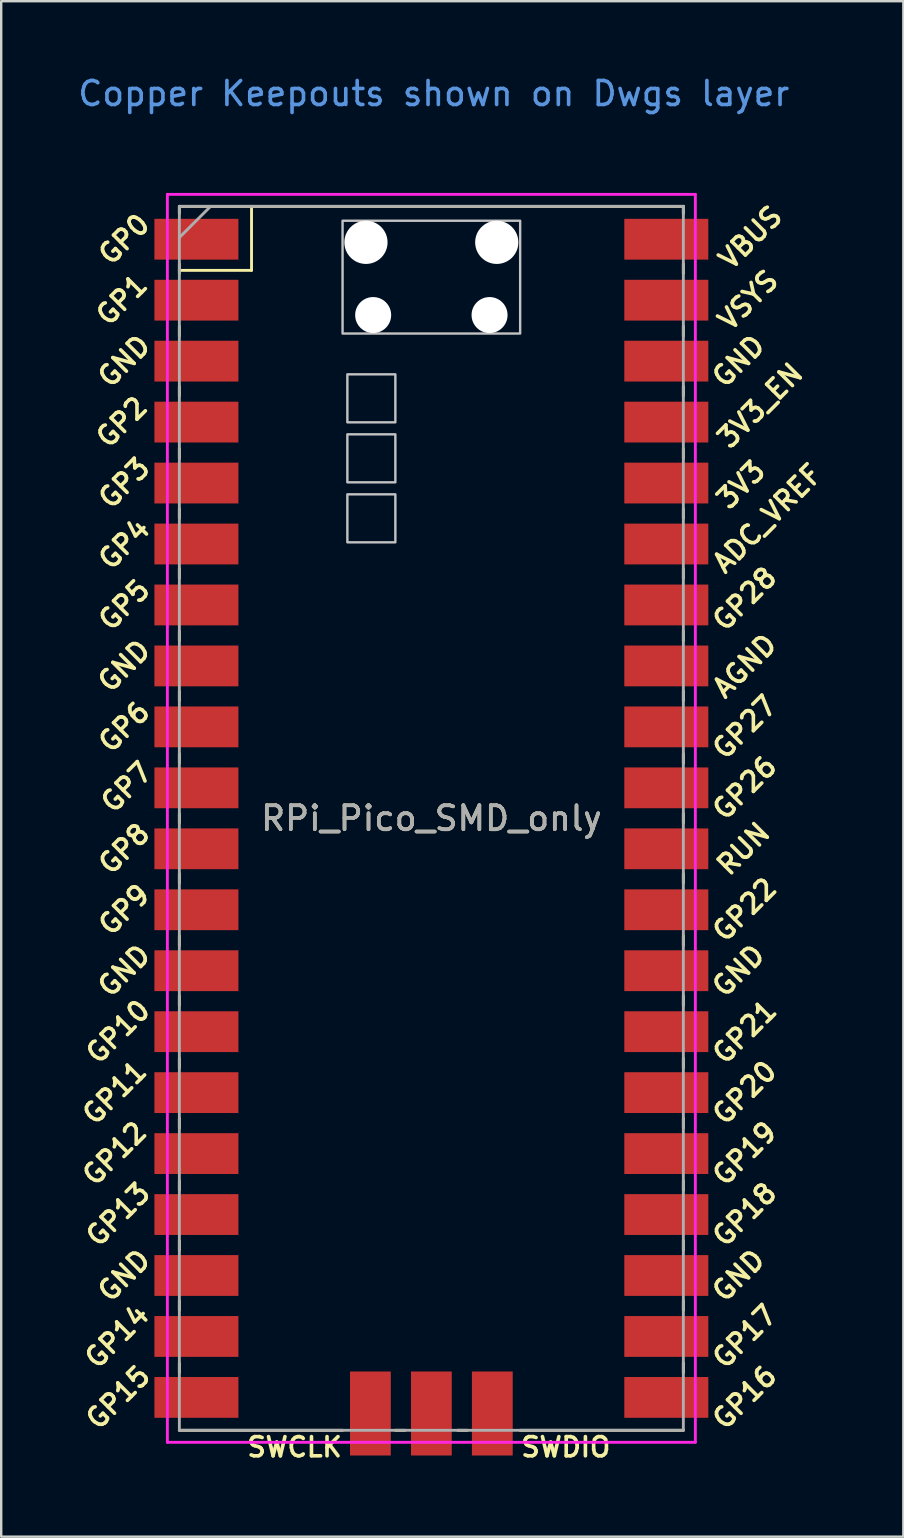
<source format=kicad_pcb>
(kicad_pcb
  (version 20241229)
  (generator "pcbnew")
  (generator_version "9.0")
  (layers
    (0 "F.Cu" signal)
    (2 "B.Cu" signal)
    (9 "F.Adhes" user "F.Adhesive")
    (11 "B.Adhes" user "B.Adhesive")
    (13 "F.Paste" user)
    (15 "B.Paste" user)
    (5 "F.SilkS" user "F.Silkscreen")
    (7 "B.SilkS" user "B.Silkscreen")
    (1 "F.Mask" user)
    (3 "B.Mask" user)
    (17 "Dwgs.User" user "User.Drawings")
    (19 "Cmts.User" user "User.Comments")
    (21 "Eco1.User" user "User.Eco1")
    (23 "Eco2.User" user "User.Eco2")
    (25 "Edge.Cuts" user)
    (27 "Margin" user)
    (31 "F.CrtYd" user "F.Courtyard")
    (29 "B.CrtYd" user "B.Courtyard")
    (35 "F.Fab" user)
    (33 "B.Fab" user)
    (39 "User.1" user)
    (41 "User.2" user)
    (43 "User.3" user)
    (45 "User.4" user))
  (footprint "RPi_Pico_SMD_only"
    (layer "F.Cu")
    (at 14.924 31.048)
    (property "Reference" "RPi_Pico_SMD_only" (at 0 0 0) (layer "F.SilkS") (effects (font (size 1 1) (thickness 0.15))))
    (attr smd)
    (fp_line (start -10.5 -25.5) (end -10.5 -25.2) (stroke (width 0.12) (type solid)) (layer "F.SilkS"))
    (fp_line (start -10.5 -25.5) (end 10.5 -25.5) (stroke (width 0.12) (type solid)) (layer "F.SilkS"))
    (fp_line (start -10.5 -23.1) (end -10.5 -22.7) (stroke (width 0.12) (type solid)) (layer "F.SilkS"))
    (fp_line (start -10.5 -22.833) (end -7.493 -22.833) (stroke (width 0.12) (type solid)) (layer "F.SilkS"))
    (fp_line (start -10.5 -20.5) (end -10.5 -20.1) (stroke (width 0.12) (type solid)) (layer "F.SilkS"))
    (fp_line (start -10.5 -18) (end -10.5 -17.6) (stroke (width 0.12) (type solid)) (layer "F.SilkS"))
    (fp_line (start -10.5 -15.4) (end -10.5 -15) (stroke (width 0.12) (type solid)) (layer "F.SilkS"))
    (fp_line (start -10.5 -12.9) (end -10.5 -12.5) (stroke (width 0.12) (type solid)) (layer "F.SilkS"))
    (fp_line (start -10.5 -10.4) (end -10.5 -10) (stroke (width 0.12) (type solid)) (layer "F.SilkS"))
    (fp_line (start -10.5 -7.8) (end -10.5 -7.4) (stroke (width 0.12) (type solid)) (layer "F.SilkS"))
    (fp_line (start -10.5 -5.3) (end -10.5 -4.9) (stroke (width 0.12) (type solid)) (layer "F.SilkS"))
    (fp_line (start -10.5 -2.7) (end -10.5 -2.3) (stroke (width 0.12) (type solid)) (layer "F.SilkS"))
    (fp_line (start -10.5 -0.2) (end -10.5 0.2) (stroke (width 0.12) (type solid)) (layer "F.SilkS"))
    (fp_line (start -10.5 2.3) (end -10.5 2.7) (stroke (width 0.12) (type solid)) (layer "F.SilkS"))
    (fp_line (start -10.5 4.9) (end -10.5 5.3) (stroke (width 0.12) (type solid)) (layer "F.SilkS"))
    (fp_line (start -10.5 7.4) (end -10.5 7.8) (stroke (width 0.12) (type solid)) (layer "F.SilkS"))
    (fp_line (start -10.5 10) (end -10.5 10.4) (stroke (width 0.12) (type solid)) (layer "F.SilkS"))
    (fp_line (start -10.5 12.5) (end -10.5 12.9) (stroke (width 0.12) (type solid)) (layer "F.SilkS"))
    (fp_line (start -10.5 15.1) (end -10.5 15.5) (stroke (width 0.12) (type solid)) (layer "F.SilkS"))
    (fp_line (start -10.5 17.6) (end -10.5 18) (stroke (width 0.12) (type solid)) (layer "F.SilkS"))
    (fp_line (start -10.5 20.1) (end -10.5 20.5) (stroke (width 0.12) (type solid)) (layer "F.SilkS"))
    (fp_line (start -10.5 22.7) (end -10.5 23.1) (stroke (width 0.12) (type solid)) (layer "F.SilkS"))
    (fp_line (start -7.493 -22.833) (end -7.493 -25.5) (stroke (width 0.12) (type solid)) (layer "F.SilkS"))
    (fp_line (start -3.7 25.5) (end -10.5 25.5) (stroke (width 0.12) (type solid)) (layer "F.SilkS"))
    (fp_line (start -1.5 25.5) (end -1.1 25.5) (stroke (width 0.12) (type solid)) (layer "F.SilkS"))
    (fp_line (start 1.1 25.5) (end 1.5 25.5) (stroke (width 0.12) (type solid)) (layer "F.SilkS"))
    (fp_line (start 10.5 -25.5) (end 10.5 -25.2) (stroke (width 0.12) (type solid)) (layer "F.SilkS"))
    (fp_line (start 10.5 -23.1) (end 10.5 -22.7) (stroke (width 0.12) (type solid)) (layer "F.SilkS"))
    (fp_line (start 10.5 -20.5) (end 10.5 -20.1) (stroke (width 0.12) (type solid)) (layer "F.SilkS"))
    (fp_line (start 10.5 -18) (end 10.5 -17.6) (stroke (width 0.12) (type solid)) (layer "F.SilkS"))
    (fp_line (start 10.5 -15.4) (end 10.5 -15) (stroke (width 0.12) (type solid)) (layer "F.SilkS"))
    (fp_line (start 10.5 -12.9) (end 10.5 -12.5) (stroke (width 0.12) (type solid)) (layer "F.SilkS"))
    (fp_line (start 10.5 -10.4) (end 10.5 -10) (stroke (width 0.12) (type solid)) (layer "F.SilkS"))
    (fp_line (start 10.5 -7.8) (end 10.5 -7.4) (stroke (width 0.12) (type solid)) (layer "F.SilkS"))
    (fp_line (start 10.5 -5.3) (end 10.5 -4.9) (stroke (width 0.12) (type solid)) (layer "F.SilkS"))
    (fp_line (start 10.5 -2.7) (end 10.5 -2.3) (stroke (width 0.12) (type solid)) (layer "F.SilkS"))
    (fp_line (start 10.5 -0.2) (end 10.5 0.2) (stroke (width 0.12) (type solid)) (layer "F.SilkS"))
    (fp_line (start 10.5 2.3) (end 10.5 2.7) (stroke (width 0.12) (type solid)) (layer "F.SilkS"))
    (fp_line (start 10.5 4.9) (end 10.5 5.3) (stroke (width 0.12) (type solid)) (layer "F.SilkS"))
    (fp_line (start 10.5 7.4) (end 10.5 7.8) (stroke (width 0.12) (type solid)) (layer "F.SilkS"))
    (fp_line (start 10.5 10) (end 10.5 10.4) (stroke (width 0.12) (type solid)) (layer "F.SilkS"))
    (fp_line (start 10.5 12.5) (end 10.5 12.9) (stroke (width 0.12) (type solid)) (layer "F.SilkS"))
    (fp_line (start 10.5 15.1) (end 10.5 15.5) (stroke (width 0.12) (type solid)) (layer "F.SilkS"))
    (fp_line (start 10.5 17.6) (end 10.5 18) (stroke (width 0.12) (type solid)) (layer "F.SilkS"))
    (fp_line (start 10.5 20.1) (end 10.5 20.5) (stroke (width 0.12) (type solid)) (layer "F.SilkS"))
    (fp_line (start 10.5 22.7) (end 10.5 23.1) (stroke (width 0.12) (type solid)) (layer "F.SilkS"))
    (fp_line (start 10.5 25.5) (end 3.7 25.5) (stroke (width 0.12) (type solid)) (layer "F.SilkS"))
    (fp_poly (pts (xy -1.5 -16.5) (xy -3.5 -16.5) (xy -3.5 -18.5) (xy -1.5 -18.5)) (stroke (width 0.1) (type solid)) (fill no) (layer "Dwgs.User"))
    (fp_poly (pts (xy -1.5 -14) (xy -3.5 -14) (xy -3.5 -16) (xy -1.5 -16)) (stroke (width 0.1) (type solid)) (fill no) (layer "Dwgs.User"))
    (fp_poly (pts (xy -1.5 -11.5) (xy -3.5 -11.5) (xy -3.5 -13.5) (xy -1.5 -13.5)) (stroke (width 0.1) (type solid)) (fill no) (layer "Dwgs.User"))
    (fp_poly (pts (xy 3.7 -20.2) (xy -3.7 -20.2) (xy -3.7 -24.9) (xy 3.7 -24.9)) (stroke (width 0.1) (type solid)) (fill no) (layer "Dwgs.User"))
    (fp_line (start -11 -26) (end 11 -26) (stroke (width 0.12) (type solid)) (layer "F.CrtYd"))
    (fp_line (start -11 26) (end -11 -26) (stroke (width 0.12) (type solid)) (layer "F.CrtYd"))
    (fp_line (start 11 -26) (end 11 26) (stroke (width 0.12) (type solid)) (layer "F.CrtYd"))
    (fp_line (start 11 26) (end -11 26) (stroke (width 0.12) (type solid)) (layer "F.CrtYd"))
    (fp_line (start -10.5 -25.5) (end 10.5 -25.5) (stroke (width 0.12) (type solid)) (layer "F.Fab"))
    (fp_line (start -10.5 -24.2) (end -9.2 -25.5) (stroke (width 0.12) (type solid)) (layer "F.Fab"))
    (fp_line (start -10.5 25.5) (end -10.5 -25.5) (stroke (width 0.12) (type solid)) (layer "F.Fab"))
    (fp_line (start 10.5 -25.5) (end 10.5 25.5) (stroke (width 0.12) (type solid)) (layer "F.Fab"))
    (fp_line (start 10.5 25.5) (end -10.5 25.5) (stroke (width 0.12) (type solid)) (layer "F.Fab"))
    (fp_text user "SWCLK" (at -5.7 26.2 0) (layer "F.SilkS") (effects (font (size 0.8 0.8) (thickness 0.15))))
    (fp_text user "GP11" (at -13.2 11.43 45) (layer "F.SilkS") (effects (font (size 0.8 0.8) (thickness 0.15))))
    (fp_text user "GP22" (at 13.054 3.81 45) (layer "F.SilkS") (effects (font (size 0.8 0.8) (thickness 0.15))))
    (fp_text user "SWDIO" (at 5.6 26.2 0) (layer "F.SilkS") (effects (font (size 0.8 0.8) (thickness 0.15))))
    (fp_text user "GND" (at -12.8 -6.35 45) (layer "F.SilkS") (effects (font (size 0.8 0.8) (thickness 0.15))))
    (fp_text user "GND" (at 12.8 -19.05 45) (layer "F.SilkS") (effects (font (size 0.8 0.8) (thickness 0.15))))
    (fp_text user "GP1" (at -12.9 -21.6 45) (layer "F.SilkS") (effects (font (size 0.8 0.8) (thickness 0.15))))
    (fp_text user "GP15" (at -13.054 24.13 45) (layer "F.SilkS") (effects (font (size 0.8 0.8) (thickness 0.15))))
    (fp_text user "GP13" (at -13.054 16.51 45) (layer "F.SilkS") (effects (font (size 0.8 0.8) (thickness 0.15))))
    (fp_text user "GP26" (at 13.054 -1.27 45) (layer "F.SilkS") (effects (font (size 0.8 0.8) (thickness 0.15))))
    (fp_text user "GP19" (at 13.054 13.97 45) (layer "F.SilkS") (effects (font (size 0.8 0.8) (thickness 0.15))))
    (fp_text user "3V3_EN" (at 13.7 -17.2 45) (layer "F.SilkS") (effects (font (size 0.8 0.8) (thickness 0.15))))
    (fp_text user "GP3" (at -12.8 -13.97 45) (layer "F.SilkS") (effects (font (size 0.8 0.8) (thickness 0.15))))
    (fp_text user "GP4" (at -12.8 -11.43 45) (layer "F.SilkS") (effects (font (size 0.8 0.8) (thickness 0.15))))
    (fp_text user "GP2" (at -12.9 -16.51 45) (layer "F.SilkS") (effects (font (size 0.8 0.8) (thickness 0.15))))
    (fp_text user "GP21" (at 13.054 8.9 45) (layer "F.SilkS") (effects (font (size 0.8 0.8) (thickness 0.15))))
    (fp_text user "GP9" (at -12.8 3.81 45) (layer "F.SilkS") (effects (font (size 0.8 0.8) (thickness 0.15))))
    (fp_text user "GND" (at -12.8 -19.05 45) (layer "F.SilkS") (effects (font (size 0.8 0.8) (thickness 0.15))))
    (fp_text user "GP18" (at 13.054 16.51 45) (layer "F.SilkS") (effects (font (size 0.8 0.8) (thickness 0.15))))
    (fp_text user "3V3" (at 12.9 -13.9 45) (layer "F.SilkS") (effects (font (size 0.8 0.8) (thickness 0.15))))
    (fp_text user "VSYS" (at 13.2 -21.59 45) (layer "F.SilkS") (effects (font (size 0.8 0.8) (thickness 0.15))))
    (fp_text user "GND" (at 12.8 19.05 45) (layer "F.SilkS") (effects (font (size 0.8 0.8) (thickness 0.15))))
    (fp_text user "GP0" (at -12.8 -24.13 45) (layer "F.SilkS") (effects (font (size 0.8 0.8) (thickness 0.15))))
    (fp_text user "AGND" (at 13.054 -6.35 45) (layer "F.SilkS") (effects (font (size 0.8 0.8) (thickness 0.15))))
    (fp_text user "RUN" (at 13 1.27 45) (layer "F.SilkS") (effects (font (size 0.8 0.8) (thickness 0.15))))
    (fp_text user "VBUS" (at 13.3 -24.2 45) (layer "F.SilkS") (effects (font (size 0.8 0.8) (thickness 0.15))))
    (fp_text user "GP27" (at 13.054 -3.8 45) (layer "F.SilkS") (effects (font (size 0.8 0.8) (thickness 0.15))))
    (fp_text user "GP12" (at -13.2 13.97 45) (layer "F.SilkS") (effects (font (size 0.8 0.8) (thickness 0.15))))
    (fp_text user "GP20" (at 13.054 11.43 45) (layer "F.SilkS") (effects (font (size 0.8 0.8) (thickness 0.15))))
    (fp_text user "GND" (at -12.8 19.05 45) (layer "F.SilkS") (effects (font (size 0.8 0.8) (thickness 0.15))))
    (fp_text user "GP17" (at 13.054 21.59 45) (layer "F.SilkS") (effects (font (size 0.8 0.8) (thickness 0.15))))
    (fp_text user "ADC_VREF" (at 14 -12.5 45) (layer "F.SilkS") (effects (font (size 0.8 0.8) (thickness 0.15))))
    (fp_text user "GP14" (at -13.1 21.59 45) (layer "F.SilkS") (effects (font (size 0.8 0.8) (thickness 0.15))))
    (fp_text user "GP8" (at -12.8 1.27 45) (layer "F.SilkS") (effects (font (size 0.8 0.8) (thickness 0.15))))
    (fp_text user "GP10" (at -13.054 8.89 45) (layer "F.SilkS") (effects (font (size 0.8 0.8) (thickness 0.15))))
    (fp_text user "GP7" (at -12.7 -1.3 45) (layer "F.SilkS") (effects (font (size 0.8 0.8) (thickness 0.15))))
    (fp_text user "GP28" (at 13.054 -9.144 45) (layer "F.SilkS") (effects (font (size 0.8 0.8) (thickness 0.15))))
    (fp_text user "GND" (at -12.8 6.35 45) (layer "F.SilkS") (effects (font (size 0.8 0.8) (thickness 0.15))))
    (fp_text user "GND" (at 12.8 6.35 45) (layer "F.SilkS") (effects (font (size 0.8 0.8) (thickness 0.15))))
    (fp_text user "GP5" (at -12.8 -8.89 45) (layer "F.SilkS") (effects (font (size 0.8 0.8) (thickness 0.15))))
    (fp_text user "GP16" (at 13.054 24.13 45) (layer "F.SilkS") (effects (font (size 0.8 0.8) (thickness 0.15))))
    (fp_text user "GP6" (at -12.8 -3.81 45) (layer "F.SilkS") (effects (font (size 0.8 0.8) (thickness 0.15))))
    (fp_text user "Copper Keepouts shown on Dwgs layer" (at 0.1 -30.2 0) (layer "Cmts.User") (effects (font (size 1 1) (thickness 0.15))))
    (fp_text user "${REFERENCE}" (at 0 0 180) (layer "F.Fab") (effects (font (size 1 1) (thickness 0.15))))
    (pad "" np_thru_hole oval (at -2.725 -24) (size 1.8 1.8) (drill 1.8) (layers "*.Cu" "*.Mask"))
    (pad "" np_thru_hole oval (at -2.425 -20.97) (size 1.5 1.5) (drill 1.5) (layers "*.Cu" "*.Mask"))
    (pad "" np_thru_hole oval (at 2.425 -20.97) (size 1.5 1.5) (drill 1.5) (layers "*.Cu" "*.Mask"))
    (pad "" np_thru_hole oval (at 2.725 -24) (size 1.8 1.8) (drill 1.8) (layers "*.Cu" "*.Mask"))
    (pad "1" smd rect (at -8.89 -24.13) (size 3.5 1.7) (drill (offset -0.9 0)) (layers "F.Cu" "F.Mask"))
    (pad "2" smd rect (at -8.89 -21.59) (size 3.5 1.7) (drill (offset -0.9 0)) (layers "F.Cu" "F.Mask"))
    (pad "3" smd rect (at -8.89 -19.05) (size 3.5 1.7) (drill (offset -0.9 0)) (layers "F.Cu" "F.Mask"))
    (pad "4" smd rect (at -8.89 -16.51) (size 3.5 1.7) (drill (offset -0.9 0)) (layers "F.Cu" "F.Mask"))
    (pad "5" smd rect (at -8.89 -13.97) (size 3.5 1.7) (drill (offset -0.9 0)) (layers "F.Cu" "F.Mask"))
    (pad "6" smd rect (at -8.89 -11.43) (size 3.5 1.7) (drill (offset -0.9 0)) (layers "F.Cu" "F.Mask"))
    (pad "7" smd rect (at -8.89 -8.89) (size 3.5 1.7) (drill (offset -0.9 0)) (layers "F.Cu" "F.Mask"))
    (pad "8" smd rect (at -8.89 -6.35) (size 3.5 1.7) (drill (offset -0.9 0)) (layers "F.Cu" "F.Mask"))
    (pad "9" smd rect (at -8.89 -3.81) (size 3.5 1.7) (drill (offset -0.9 0)) (layers "F.Cu" "F.Mask"))
    (pad "10" smd rect (at -8.89 -1.27) (size 3.5 1.7) (drill (offset -0.9 0)) (layers "F.Cu" "F.Mask"))
    (pad "11" smd rect (at -8.89 1.27) (size 3.5 1.7) (drill (offset -0.9 0)) (layers "F.Cu" "F.Mask"))
    (pad "12" smd rect (at -8.89 3.81) (size 3.5 1.7) (drill (offset -0.9 0)) (layers "F.Cu" "F.Mask"))
    (pad "13" smd rect (at -8.89 6.35) (size 3.5 1.7) (drill (offset -0.9 0)) (layers "F.Cu" "F.Mask"))
    (pad "14" smd rect (at -8.89 8.89) (size 3.5 1.7) (drill (offset -0.9 0)) (layers "F.Cu" "F.Mask"))
    (pad "15" smd rect (at -8.89 11.43) (size 3.5 1.7) (drill (offset -0.9 0)) (layers "F.Cu" "F.Mask"))
    (pad "16" smd rect (at -8.89 13.97) (size 3.5 1.7) (drill (offset -0.9 0)) (layers "F.Cu" "F.Mask"))
    (pad "17" smd rect (at -8.89 16.51) (size 3.5 1.7) (drill (offset -0.9 0)) (layers "F.Cu" "F.Mask"))
    (pad "18" smd rect (at -8.89 19.05) (size 3.5 1.7) (drill (offset -0.9 0)) (layers "F.Cu" "F.Mask"))
    (pad "19" smd rect (at -8.89 21.59) (size 3.5 1.7) (drill (offset -0.9 0)) (layers "F.Cu" "F.Mask"))
    (pad "20" smd rect (at -8.89 24.13) (size 3.5 1.7) (drill (offset -0.9 0)) (layers "F.Cu" "F.Mask"))
    (pad "21" smd rect (at 8.89 24.13) (size 3.5 1.7) (drill (offset 0.9 0)) (layers "F.Cu" "F.Mask"))
    (pad "22" smd rect (at 8.89 21.59) (size 3.5 1.7) (drill (offset 0.9 0)) (layers "F.Cu" "F.Mask"))
    (pad "23" smd rect (at 8.89 19.05) (size 3.5 1.7) (drill (offset 0.9 0)) (layers "F.Cu" "F.Mask"))
    (pad "24" smd rect (at 8.89 16.51) (size 3.5 1.7) (drill (offset 0.9 0)) (layers "F.Cu" "F.Mask"))
    (pad "25" smd rect (at 8.89 13.97) (size 3.5 1.7) (drill (offset 0.9 0)) (layers "F.Cu" "F.Mask"))
    (pad "26" smd rect (at 8.89 11.43) (size 3.5 1.7) (drill (offset 0.9 0)) (layers "F.Cu" "F.Mask"))
    (pad "27" smd rect (at 8.89 8.89) (size 3.5 1.7) (drill (offset 0.9 0)) (layers "F.Cu" "F.Mask"))
    (pad "28" smd rect (at 8.89 6.35) (size 3.5 1.7) (drill (offset 0.9 0)) (layers "F.Cu" "F.Mask"))
    (pad "29" smd rect (at 8.89 3.81) (size 3.5 1.7) (drill (offset 0.9 0)) (layers "F.Cu" "F.Mask"))
    (pad "30" smd rect (at 8.89 1.27) (size 3.5 1.7) (drill (offset 0.9 0)) (layers "F.Cu" "F.Mask"))
    (pad "31" smd rect (at 8.89 -1.27) (size 3.5 1.7) (drill (offset 0.9 0)) (layers "F.Cu" "F.Mask"))
    (pad "32" smd rect (at 8.89 -3.81) (size 3.5 1.7) (drill (offset 0.9 0)) (layers "F.Cu" "F.Mask"))
    (pad "33" smd rect (at 8.89 -6.35) (size 3.5 1.7) (drill (offset 0.9 0)) (layers "F.Cu" "F.Mask"))
    (pad "34" smd rect (at 8.89 -8.89) (size 3.5 1.7) (drill (offset 0.9 0)) (layers "F.Cu" "F.Mask"))
    (pad "35" smd rect (at 8.89 -11.43) (size 3.5 1.7) (drill (offset 0.9 0)) (layers "F.Cu" "F.Mask"))
    (pad "36" smd rect (at 8.89 -13.97) (size 3.5 1.7) (drill (offset 0.9 0)) (layers "F.Cu" "F.Mask"))
    (pad "37" smd rect (at 8.89 -16.51) (size 3.5 1.7) (drill (offset 0.9 0)) (layers "F.Cu" "F.Mask"))
    (pad "38" smd rect (at 8.89 -19.05) (size 3.5 1.7) (drill (offset 0.9 0)) (layers "F.Cu" "F.Mask"))
    (pad "39" smd rect (at 8.89 -21.59) (size 3.5 1.7) (drill (offset 0.9 0)) (layers "F.Cu" "F.Mask"))
    (pad "40" smd rect (at 8.89 -24.13) (size 3.5 1.7) (drill (offset 0.9 0)) (layers "F.Cu" "F.Mask"))
    (pad "41" smd rect (at -2.54 23.9 90) (size 3.5 1.7) (drill (offset -0.9 0)) (layers "F.Cu" "F.Mask"))
    (pad "42" smd rect (at 0 23.9 90) (size 3.5 1.7) (drill (offset -0.9 0)) (layers "F.Cu" "F.Mask"))
    (pad "43" smd rect (at 2.54 23.9 90) (size 3.5 1.7) (drill (offset -0.9 0)) (layers "F.Cu" "F.Mask")))
  (gr_rect
    (start -3 -3)
    (end 34.591 60.98)
    (stroke (width 0.1) (type default))
    (fill no)
    (layer "Edge.Cuts")))
</source>
